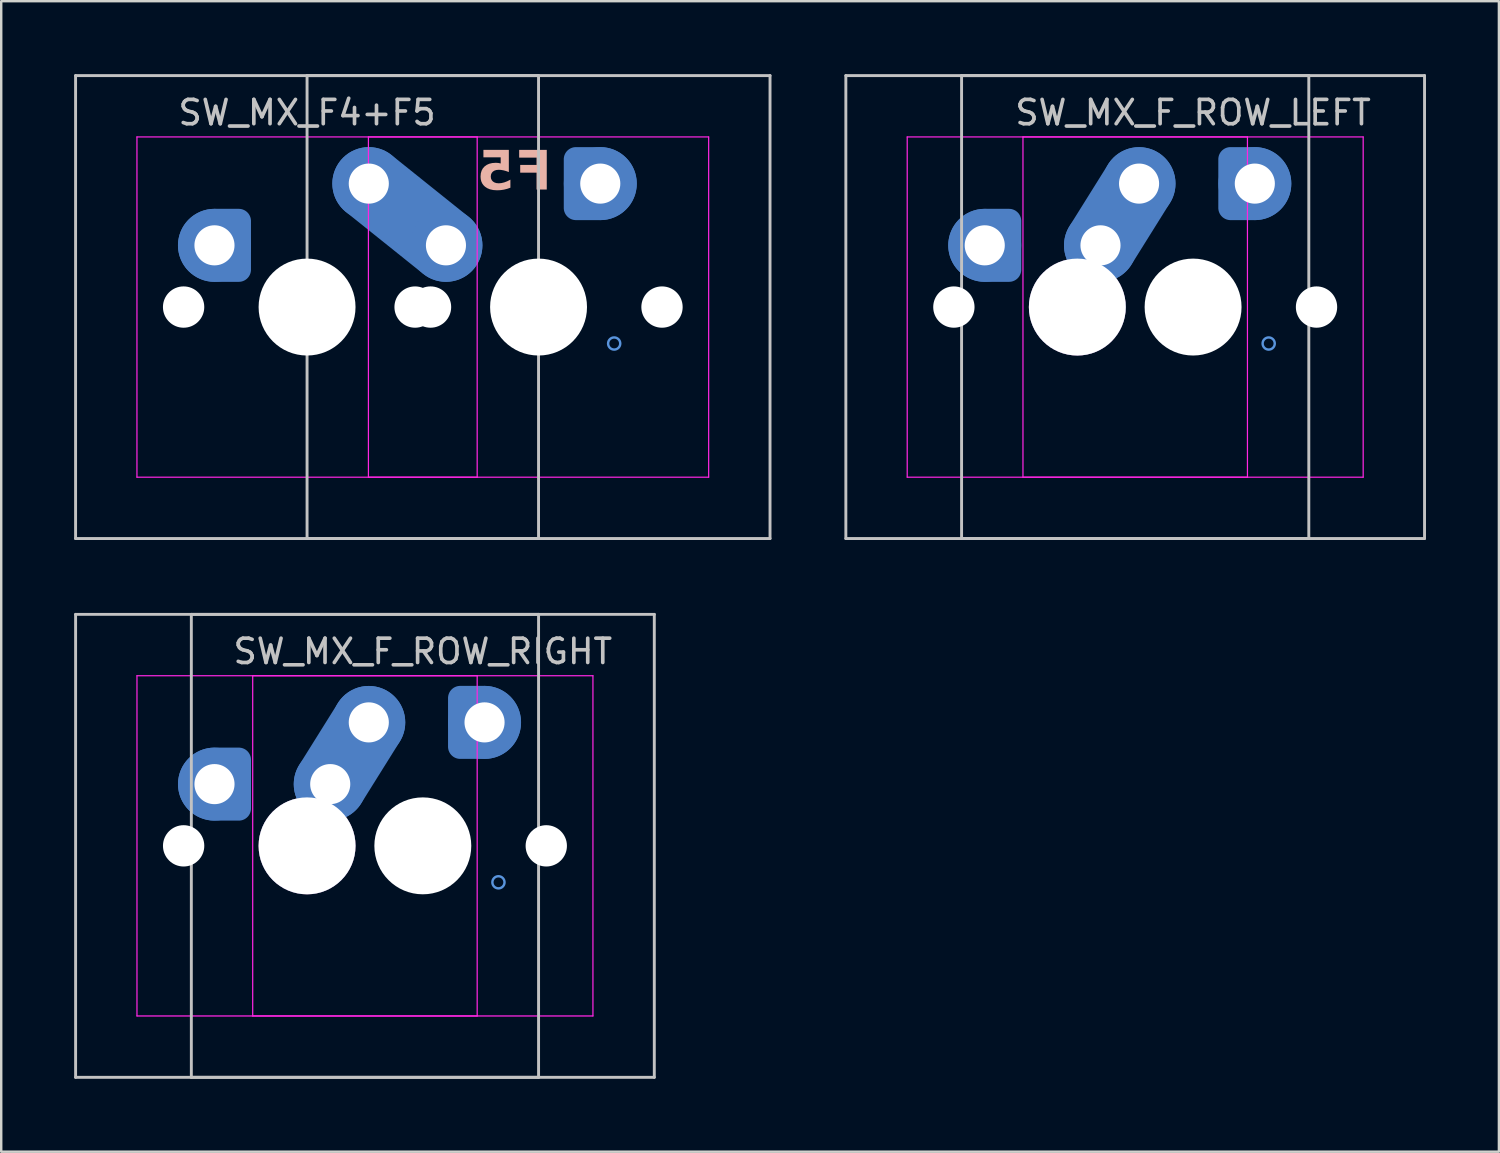
<source format=kicad_pcb>
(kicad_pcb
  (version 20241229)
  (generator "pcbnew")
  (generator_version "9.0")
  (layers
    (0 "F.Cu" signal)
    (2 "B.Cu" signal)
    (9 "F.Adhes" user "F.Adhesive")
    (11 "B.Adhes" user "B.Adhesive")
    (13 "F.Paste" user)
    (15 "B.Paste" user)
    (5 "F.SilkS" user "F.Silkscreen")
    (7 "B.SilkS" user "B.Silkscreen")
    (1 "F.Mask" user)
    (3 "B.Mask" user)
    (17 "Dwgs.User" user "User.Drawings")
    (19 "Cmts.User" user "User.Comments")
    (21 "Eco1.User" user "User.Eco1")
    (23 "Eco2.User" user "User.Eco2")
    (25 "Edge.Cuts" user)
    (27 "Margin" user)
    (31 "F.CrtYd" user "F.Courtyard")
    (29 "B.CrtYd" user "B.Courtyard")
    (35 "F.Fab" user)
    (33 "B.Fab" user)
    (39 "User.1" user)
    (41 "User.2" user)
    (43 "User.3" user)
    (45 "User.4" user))
  (footprint "SW_MX_F_ROW_LEFT"
    (layer "F.Cu")
    (at 41.28 9.585)
    (property "Reference" "SW_MX_F_ROW_LEFT" (at 4.763 -8 0) (layer "Dwgs.User") (effects (font (size 1 1) (thickness 0.15))))
    (attr through_hole exclude_from_pos_files exclude_from_bom)
    (fp_line (start -9.525 -9.525) (end -9.525 9.525) (stroke (width 0.12) (type solid)) (layer "Dwgs.User"))
    (fp_line (start -9.525 9.525) (end 9.525 9.525) (stroke (width 0.12) (type solid)) (layer "Dwgs.User"))
    (fp_line (start -4.763 -9.525) (end -4.763 9.525) (stroke (width 0.12) (type solid)) (layer "Dwgs.User"))
    (fp_line (start -4.763 9.525) (end 14.287 9.525) (stroke (width 0.12) (type solid)) (layer "Dwgs.User"))
    (fp_line (start 9.525 -9.525) (end -9.525 -9.525) (stroke (width 0.12) (type solid)) (layer "Dwgs.User"))
    (fp_line (start 9.525 9.525) (end 9.525 -9.525) (stroke (width 0.12) (type solid)) (layer "Dwgs.User"))
    (fp_line (start 14.287 -9.525) (end -4.763 -9.525) (stroke (width 0.12) (type solid)) (layer "Dwgs.User"))
    (fp_line (start 14.287 9.525) (end 14.287 -9.525) (stroke (width 0.12) (type solid)) (layer "Dwgs.User"))
    (fp_circle (center -3.81 -2.54) (end -3.81 -2.79) (stroke (width 0.1) (type default)) (fill no) (layer "Cmts.User"))
    (fp_circle (center 7.303 -5.08) (end 7.303 -4.83) (stroke (width 0.1) (type default)) (fill no) (layer "Cmts.User"))
    (fp_circle (center 7.874 1.5) (end 8.124 1.5) (stroke (width 0.1) (type default)) (fill no) (layer "Cmts.User"))
    (fp_line (start -7 6.5) (end -7 -6.5) (stroke (width 0.05) (type solid)) (layer "Eco2.User"))
    (fp_line (start -6.5 -7) (end 6.5 -7) (stroke (width 0.05) (type solid)) (layer "Eco2.User"))
    (fp_line (start -2.237 6.5) (end -2.237 -6.5) (stroke (width 0.05) (type solid)) (layer "Eco2.User"))
    (fp_line (start -1.738 -7) (end 11.262 -7) (stroke (width 0.05) (type solid)) (layer "Eco2.User"))
    (fp_line (start 6.5 7) (end -6.5 7) (stroke (width 0.05) (type solid)) (layer "Eco2.User"))
    (fp_line (start 7 -6.5) (end 7 6.5) (stroke (width 0.05) (type solid)) (layer "Eco2.User"))
    (fp_line (start 11.262 7) (end -1.738 7) (stroke (width 0.05) (type solid)) (layer "Eco2.User"))
    (fp_line (start 11.762 -6.5) (end 11.762 6.5) (stroke (width 0.05) (type solid)) (layer "Eco2.User"))
    (fp_arc (start -7 -6.5) (mid -6.853553 -6.853553) (end -6.5 -7) (stroke (width 0.05) (type solid)) (layer "Eco2.User"))
    (fp_arc (start -6.5 7) (mid -6.853553 6.853553) (end -7 6.5) (stroke (width 0.05) (type solid)) (layer "Eco2.User"))
    (fp_arc (start -2.2375 -6.5) (mid -2.091053 -6.853553) (end -1.7375 -7) (stroke (width 0.05) (type solid)) (layer "Eco2.User"))
    (fp_arc (start -1.7375 7) (mid -2.091053 6.853553) (end -2.2375 6.5) (stroke (width 0.05) (type solid)) (layer "Eco2.User"))
    (fp_arc (start 6.5 -7) (mid 6.853553 -6.853553) (end 7 -6.5) (stroke (width 0.05) (type solid)) (layer "Eco2.User"))
    (fp_arc (start 11.2625 -7) (mid 11.616053 -6.853553) (end 11.7625 -6.5) (stroke (width 0.05) (type solid)) (layer "Eco2.User"))
    (fp_arc (start 11.759736 6.498884) (mid 11.613297 6.85246) (end 11.259736 6.998884) (stroke (width 0.05) (type solid)) (layer "Eco2.User"))
    (fp_line (start -7 -7) (end -7 7) (stroke (width 0.05) (type solid)) (layer "F.CrtYd"))
    (fp_line (start -7 7) (end 7 7) (stroke (width 0.05) (type solid)) (layer "F.CrtYd"))
    (fp_line (start -2.237 -7) (end -2.237 7) (stroke (width 0.05) (type solid)) (layer "F.CrtYd"))
    (fp_line (start -2.237 7) (end 11.762 7) (stroke (width 0.05) (type solid)) (layer "F.CrtYd"))
    (fp_line (start 7 -7) (end -7 -7) (stroke (width 0.05) (type solid)) (layer "F.CrtYd"))
    (fp_line (start 7 7) (end 7 -7) (stroke (width 0.05) (type solid)) (layer "F.CrtYd"))
    (fp_line (start 11.762 -7) (end -2.237 -7) (stroke (width 0.05) (type solid)) (layer "F.CrtYd"))
    (fp_line (start 11.762 7) (end 11.762 -7) (stroke (width 0.05) (type solid)) (layer "F.CrtYd"))
    (pad "" np_thru_hole circle (at -5.08 0) (size 1.7 1.7) (drill 1.7) (layers "*.Cu" "*.Mask"))
    (pad "" np_thru_hole circle (at 4.763 0) (size 3.988 3.988) (drill 3.988) (layers "*.Cu" "*.Mask"))
    (pad "" np_thru_hole circle (at 9.842 0) (size 1.7 1.7) (drill 1.7) (layers "*.Cu" "*.Mask"))
    (pad "1" thru_hole circle (at -3.81 -2.54) (size 2 2) (drill 1.65) (layers "*.Cu") (remove_unused_layers yes) (keep_end_layers yes) (zone_layer_connections))
    (pad "1" smd custom (at -3.81 -2.54) (size 2.7 2.7) (layers "B.Cu" "B.Mask") (options (anchor circle)) (primitives (gr_poly (pts (arc (start 0 1.35) (mid -1.35 0) (end 0 -1.35)) (arc (start 0.9 -1.35) (mid 1.218198 -1.218198) (end 1.35 -0.9)) (arc (start 1.35 0.9) (mid 1.218198 1.218198) (end 0.9 1.35))) (width 0.004) (fill yes))))
    (pad "1" smd circle (at -3.81 -2.54) (size 3 3) (layers "B.Cu"))
    (pad "1" smd custom (at -3.81 -2.54) (size 3 3) (layers "B.Cu") (options (anchor circle)) (primitives (gr_poly (pts (arc (start 0 1.5) (mid -1.5 0) (end 0 -1.5)) (arc (start 1 -1.5) (mid 1.353554 -1.353554) (end 1.5 -1)) (arc (start 1.5 1) (mid 1.353554 1.353554) (end 1 1.5))) (width 0.004) (fill yes))))
    (pad "1" thru_hole circle (at 7.303 -5.08 180) (size 2 2) (drill 1.65) (layers "*.Cu") (remove_unused_layers yes) (keep_end_layers yes) (zone_layer_connections))
    (pad "1" smd custom (at 7.303 -5.08 180) (size 2.7 2.7) (layers "B.Cu" "B.Mask") (options (anchor circle)) (primitives (gr_poly (pts (arc (start 0 1.35) (mid -1.35 0) (end 0 -1.35)) (arc (start 0.9 -1.35) (mid 1.218198 -1.218198) (end 1.35 -0.9)) (arc (start 1.35 0.9) (mid 1.218198 1.218198) (end 0.9 1.35))) (width 0.004) (fill yes))))
    (pad "1" smd circle (at 7.303 -5.08 180) (size 3 3) (layers "B.Cu"))
    (pad "1" smd custom (at 7.303 -5.08 180) (size 3 3) (layers "B.Cu") (options (anchor circle)) (primitives (gr_poly (pts (arc (start 0 1.5) (mid -1.5 0) (end 0 -1.5)) (arc (start 1 -1.5) (mid 1.353554 -1.353554) (end 1.5 -1)) (arc (start 1.5 1) (mid 1.353554 1.353554) (end 1 1.5))) (width 0.004) (fill yes))))
    (pad "2" thru_hole circle (at 0 0) (size 3.988 3.988) (drill 3.988) (layers "*.Cu" "*.Mask") (remove_unused_layers yes) (keep_end_layers yes) (zone_layer_connections))
    (pad "2" thru_hole circle (at 0.953 -2.54) (size 2 2) (drill 1.65) (layers "*.Cu") (remove_unused_layers yes) (keep_end_layers yes) (zone_layer_connections))
    (pad "2" smd circle (at 0.953 -2.54 180) (size 2.7 2.7) (layers "B.Cu" "B.Mask"))
    (pad "2" smd circle (at 0.953 -2.54 180) (size 3 3) (layers "B.Cu"))
    (pad "2" smd oval (at 1.745 -3.808 328) (size 2 4.995) (layers "F.Cu"))
    (pad "2" smd oval (at 1.745 -3.808 328) (size 3 5.995) (layers "B.Cu"))
    (pad "2" thru_hole circle (at 2.54 -5.08) (size 2 2) (drill 1.65) (layers "*.Cu") (remove_unused_layers yes) (keep_end_layers yes) (zone_layer_connections))
    (pad "2" smd circle (at 2.54 -5.08) (size 2.7 2.7) (layers "B.Cu" "B.Mask"))
    (pad "2" smd circle (at 2.54 -5.08 180) (size 3 3) (layers "B.Cu")))
  (footprint "SW_MX_F_ROW_RIGHT"
    (layer "F.Cu")
    (at 14.348 31.755)
    (property "Reference" "SW_MX_F_ROW_RIGHT" (at 0 -8 0) (layer "Dwgs.User") (effects (font (size 1 1) (thickness 0.15))))
    (attr through_hole exclude_from_pos_files exclude_from_bom)
    (fp_line (start -14.287 -9.525) (end -14.287 9.525) (stroke (width 0.12) (type solid)) (layer "Dwgs.User"))
    (fp_line (start -14.287 9.525) (end 4.763 9.525) (stroke (width 0.12) (type solid)) (layer "Dwgs.User"))
    (fp_line (start -9.525 -9.525) (end -9.525 9.525) (stroke (width 0.12) (type solid)) (layer "Dwgs.User"))
    (fp_line (start -9.525 9.525) (end 9.525 9.525) (stroke (width 0.12) (type solid)) (layer "Dwgs.User"))
    (fp_line (start 4.763 -9.525) (end -14.287 -9.525) (stroke (width 0.12) (type solid)) (layer "Dwgs.User"))
    (fp_line (start 4.763 9.525) (end 4.763 -9.525) (stroke (width 0.12) (type solid)) (layer "Dwgs.User"))
    (fp_line (start 9.525 -9.525) (end -9.525 -9.525) (stroke (width 0.12) (type solid)) (layer "Dwgs.User"))
    (fp_line (start 9.525 9.525) (end 9.525 -9.525) (stroke (width 0.12) (type solid)) (layer "Dwgs.User"))
    (fp_circle (center -8.572 -2.54) (end -8.572 -2.79) (stroke (width 0.1) (type default)) (fill no) (layer "Cmts.User"))
    (fp_circle (center 2.54 -5.08) (end 2.54 -4.83) (stroke (width 0.1) (type default)) (fill no) (layer "Cmts.User"))
    (fp_circle (center 3.112 1.5) (end 3.362 1.5) (stroke (width 0.1) (type default)) (fill no) (layer "Cmts.User"))
    (fp_line (start -11.762 6.5) (end -11.762 -6.5) (stroke (width 0.05) (type solid)) (layer "Eco2.User"))
    (fp_line (start -11.262 -7) (end 1.738 -7) (stroke (width 0.05) (type solid)) (layer "Eco2.User"))
    (fp_line (start -7 6.5) (end -7 -6.5) (stroke (width 0.05) (type solid)) (layer "Eco2.User"))
    (fp_line (start -6.5 -7) (end 6.5 -7) (stroke (width 0.05) (type solid)) (layer "Eco2.User"))
    (fp_line (start 1.738 7) (end -11.262 7) (stroke (width 0.05) (type solid)) (layer "Eco2.User"))
    (fp_line (start 2.237 -6.5) (end 2.237 6.5) (stroke (width 0.05) (type solid)) (layer "Eco2.User"))
    (fp_line (start 6.5 7) (end -6.5 7) (stroke (width 0.05) (type solid)) (layer "Eco2.User"))
    (fp_line (start 7 -6.5) (end 7 6.5) (stroke (width 0.05) (type solid)) (layer "Eco2.User"))
    (fp_arc (start -11.7625 -6.5) (mid -11.616053 -6.853553) (end -11.2625 -7) (stroke (width 0.05) (type solid)) (layer "Eco2.User"))
    (fp_arc (start -11.2625 7) (mid -11.616053 6.853553) (end -11.7625 6.5) (stroke (width 0.05) (type solid)) (layer "Eco2.User"))
    (fp_arc (start -7 -6.5) (mid -6.853553 -6.853553) (end -6.5 -7) (stroke (width 0.05) (type solid)) (layer "Eco2.User"))
    (fp_arc (start -6.5 7) (mid -6.853553 6.853553) (end -7 6.5) (stroke (width 0.05) (type solid)) (layer "Eco2.User"))
    (fp_arc (start 1.7375 -7) (mid 2.091053 -6.853553) (end 2.2375 -6.5) (stroke (width 0.05) (type solid)) (layer "Eco2.User"))
    (fp_arc (start 6.5 -7) (mid 6.853553 -6.853553) (end 7 -6.5) (stroke (width 0.05) (type solid)) (layer "Eco2.User"))
    (fp_arc (start 6.997236 6.498884) (mid 6.850789 6.852437) (end 6.497236 6.998884) (stroke (width 0.05) (type solid)) (layer "Eco2.User"))
    (fp_line (start -11.762 -7) (end -11.762 7) (stroke (width 0.05) (type solid)) (layer "F.CrtYd"))
    (fp_line (start -11.762 7) (end 2.237 7) (stroke (width 0.05) (type solid)) (layer "F.CrtYd"))
    (fp_line (start -7 -7) (end -7 7) (stroke (width 0.05) (type solid)) (layer "F.CrtYd"))
    (fp_line (start -7 7) (end 7 7) (stroke (width 0.05) (type solid)) (layer "F.CrtYd"))
    (fp_line (start 2.237 -7) (end -11.762 -7) (stroke (width 0.05) (type solid)) (layer "F.CrtYd"))
    (fp_line (start 2.237 7) (end 2.237 -7) (stroke (width 0.05) (type solid)) (layer "F.CrtYd"))
    (fp_line (start 7 -7) (end -7 -7) (stroke (width 0.05) (type solid)) (layer "F.CrtYd"))
    (fp_line (start 7 7) (end 7 -7) (stroke (width 0.05) (type solid)) (layer "F.CrtYd"))
    (pad "" np_thru_hole circle (at -9.842 0) (size 1.7 1.7) (drill 1.7) (layers "*.Cu" "*.Mask"))
    (pad "" np_thru_hole circle (at 0 0) (size 3.988 3.988) (drill 3.988) (layers "*.Cu" "*.Mask"))
    (pad "" np_thru_hole circle (at 5.08 0) (size 1.7 1.7) (drill 1.7) (layers "*.Cu" "*.Mask"))
    (pad "1" thru_hole circle (at -8.572 -2.54) (size 2 2) (drill 1.65) (layers "*.Cu") (remove_unused_layers yes) (keep_end_layers yes) (zone_layer_connections))
    (pad "1" smd custom (at -8.572 -2.54) (size 2.7 2.7) (layers "B.Cu" "B.Mask") (options (anchor circle)) (primitives (gr_poly (pts (arc (start 0 1.35) (mid -1.35 0) (end 0 -1.35)) (arc (start 0.9 -1.35) (mid 1.218198 -1.218198) (end 1.35 -0.9)) (arc (start 1.35 0.9) (mid 1.218198 1.218198) (end 0.9 1.35))) (width 0.004) (fill yes))))
    (pad "1" smd circle (at -8.572 -2.54) (size 3 3) (layers "B.Cu"))
    (pad "1" smd custom (at -8.572 -2.54) (size 3 3) (layers "B.Cu") (options (anchor circle)) (primitives (gr_poly (pts (arc (start 0 1.5) (mid -1.5 0) (end 0 -1.5)) (arc (start 1 -1.5) (mid 1.353554 -1.353554) (end 1.5 -1)) (arc (start 1.5 1) (mid 1.353554 1.353554) (end 1 1.5))) (width 0.004) (fill yes))))
    (pad "1" thru_hole circle (at 2.54 -5.08 180) (size 2 2) (drill 1.65) (layers "*.Cu") (remove_unused_layers yes) (keep_end_layers yes) (zone_layer_connections))
    (pad "1" smd custom (at 2.54 -5.08 180) (size 2.7 2.7) (layers "B.Cu" "B.Mask") (options (anchor circle)) (primitives (gr_poly (pts (arc (start 0 1.35) (mid -1.35 0) (end 0 -1.35)) (arc (start 0.9 -1.35) (mid 1.218198 -1.218198) (end 1.35 -0.9)) (arc (start 1.35 0.9) (mid 1.218198 1.218198) (end 0.9 1.35))) (width 0.004) (fill yes))))
    (pad "1" smd circle (at 2.54 -5.08 180) (size 3 3) (layers "B.Cu"))
    (pad "1" smd custom (at 2.54 -5.08 180) (size 3 3) (layers "B.Cu") (options (anchor circle)) (primitives (gr_poly (pts (arc (start 0 1.5) (mid -1.5 0) (end 0 -1.5)) (arc (start 1 -1.5) (mid 1.353554 -1.353554) (end 1.5 -1)) (arc (start 1.5 1) (mid 1.353554 1.353554) (end 1 1.5))) (width 0.004) (fill yes))))
    (pad "2" thru_hole circle (at -4.763 0) (size 3.988 3.988) (drill 3.988) (layers "*.Cu" "*.Mask") (remove_unused_layers yes) (keep_end_layers yes) (zone_layer_connections))
    (pad "2" thru_hole circle (at -3.81 -2.54) (size 2 2) (drill 1.65) (layers "*.Cu") (remove_unused_layers yes) (keep_end_layers yes) (zone_layer_connections))
    (pad "2" smd circle (at -3.81 -2.54 180) (size 2.7 2.7) (layers "B.Cu" "B.Mask"))
    (pad "2" smd circle (at -3.81 -2.54) (size 3 3) (layers "B.Cu"))
    (pad "2" smd oval (at -3.017 -3.808 328) (size 2 4.995) (layers "F.Cu"))
    (pad "2" smd oval (at -3.017 -3.808 328) (size 3 5.995) (layers "B.Cu"))
    (pad "2" thru_hole circle (at -2.223 -5.08) (size 2 2) (drill 1.65) (layers "*.Cu") (remove_unused_layers yes) (keep_end_layers yes) (zone_layer_connections))
    (pad "2" smd circle (at -2.223 -5.08) (size 2.7 2.7) (layers "B.Cu" "B.Mask"))
    (pad "2" smd circle (at -2.223 -5.08) (size 3 3) (layers "B.Cu")))
  (footprint "SW_MX_F4+F5"
    (layer "F.Cu")
    (at 19.11 9.585)
    (property "Reference" "SW_MX_F4+F5" (at -9.525 -8 0) (layer "Dwgs.User") (effects (font (size 1 1) (thickness 0.15))))
    (attr through_hole exclude_from_pos_files exclude_from_bom)
    (fp_line (start -19.05 9.525) (end -19.05 -9.525) (stroke (width 0.12) (type solid)) (layer "Dwgs.User"))
    (fp_line (start -19.05 9.525) (end 0 9.525) (stroke (width 0.12) (type solid)) (layer "Dwgs.User"))
    (fp_line (start -9.525 9.525) (end -9.525 -9.525) (stroke (width 0.12) (type solid)) (layer "Dwgs.User"))
    (fp_line (start -9.525 9.525) (end 9.525 9.525) (stroke (width 0.12) (type solid)) (layer "Dwgs.User"))
    (fp_line (start 0 -9.525) (end -19.05 -9.525) (stroke (width 0.12) (type solid)) (layer "Dwgs.User"))
    (fp_line (start 0 9.525) (end 0 -9.525) (stroke (width 0.12) (type solid)) (layer "Dwgs.User"))
    (fp_line (start 9.525 -9.525) (end -9.525 -9.525) (stroke (width 0.12) (type solid)) (layer "Dwgs.User"))
    (fp_line (start 9.525 9.525) (end 9.525 -9.525) (stroke (width 0.12) (type solid)) (layer "Dwgs.User"))
    (fp_circle (center -13.335 -2.54) (end -13.335 -2.79) (stroke (width 0.1) (type default)) (fill no) (layer "Cmts.User"))
    (fp_circle (center 2.54 -5.08) (end 2.54 -4.83) (stroke (width 0.1) (type default)) (fill no) (layer "Cmts.User"))
    (fp_circle (center 3.112 1.5) (end 3.362 1.5) (stroke (width 0.1) (type default)) (fill no) (layer "Cmts.User"))
    (fp_line (start -16.525 6.5) (end -16.525 -6.5) (stroke (width 0.05) (type solid)) (layer "Eco2.User"))
    (fp_line (start -16.025 -7) (end -3.025 -7) (stroke (width 0.05) (type solid)) (layer "Eco2.User"))
    (fp_line (start -7 6.5) (end -7 -6.5) (stroke (width 0.05) (type solid)) (layer "Eco2.User"))
    (fp_line (start -6.5 -7) (end 6.5 -7) (stroke (width 0.05) (type solid)) (layer "Eco2.User"))
    (fp_line (start -3.025 7) (end -16.025 7) (stroke (width 0.05) (type solid)) (layer "Eco2.User"))
    (fp_line (start -2.525 -6.5) (end -2.525 6.5) (stroke (width 0.05) (type solid)) (layer "Eco2.User"))
    (fp_line (start 6.5 7) (end -6.5 7) (stroke (width 0.05) (type solid)) (layer "Eco2.User"))
    (fp_line (start 7 -6.5) (end 7 6.5) (stroke (width 0.05) (type solid)) (layer "Eco2.User"))
    (fp_arc (start -16.525 -6.5) (mid -16.378553 -6.853553) (end -16.025 -7) (stroke (width 0.05) (type solid)) (layer "Eco2.User"))
    (fp_arc (start -16.025 7) (mid -16.378553 6.853553) (end -16.525 6.5) (stroke (width 0.05) (type solid)) (layer "Eco2.User"))
    (fp_arc (start -7 -6.5) (mid -6.853562 -6.853562) (end -6.5 -7) (stroke (width 0.05) (type solid)) (layer "Eco2.User"))
    (fp_arc (start -6.5 7) (mid -6.853524 6.853524) (end -7 6.5) (stroke (width 0.05) (type solid)) (layer "Eco2.User"))
    (fp_arc (start -3.025 -7) (mid -2.671447 -6.853553) (end -2.525 -6.5) (stroke (width 0.05) (type solid)) (layer "Eco2.User"))
    (fp_arc (start -2.527764 6.498884) (mid -2.674203 6.85246) (end -3.027764 6.998884) (stroke (width 0.05) (type solid)) (layer "Eco2.User"))
    (fp_arc (start 6.5 -7) (mid 6.853524 -6.853524) (end 7 -6.5) (stroke (width 0.05) (type solid)) (layer "Eco2.User"))
    (fp_arc (start 6.997236 6.498884) (mid 6.850791 6.852425) (end 6.497236 6.998884) (stroke (width 0.05) (type solid)) (layer "Eco2.User"))
    (fp_line (start -16.525 -7) (end -16.525 7) (stroke (width 0.05) (type solid)) (layer "F.CrtYd"))
    (fp_line (start -16.525 7) (end -2.525 7) (stroke (width 0.05) (type solid)) (layer "F.CrtYd"))
    (fp_line (start -7 -7) (end -7 7) (stroke (width 0.05) (type solid)) (layer "F.CrtYd"))
    (fp_line (start -7 7) (end 7 7) (stroke (width 0.05) (type solid)) (layer "F.CrtYd"))
    (fp_line (start -2.525 -7) (end -16.525 -7) (stroke (width 0.05) (type solid)) (layer "F.CrtYd"))
    (fp_line (start -2.525 7) (end -2.525 -7) (stroke (width 0.05) (type solid)) (layer "F.CrtYd"))
    (fp_line (start 7 -7) (end -7 -7) (stroke (width 0.05) (type solid)) (layer "F.CrtYd"))
    (fp_line (start 7 7) (end 7 -7) (stroke (width 0.05) (type solid)) (layer "F.CrtYd"))
    (fp_text user "F5" (at -1 -5.5 0) (unlocked yes) (layer "B.SilkS") (effects (font (face "Hitmo2.0") (size 1.6 1.6) (thickness 0.24) (bold yes)) (justify mirror)))
    (pad "" np_thru_hole circle (at -14.605 0) (size 1.7 1.7) (drill 1.7) (layers "*.Cu" "*.Mask"))
    (pad "" np_thru_hole circle (at -9.525 0) (size 3.988 3.988) (drill 3.988) (layers "*.Cu" "*.Mask"))
    (pad "" np_thru_hole circle (at -5.08 0) (size 1.7 1.7) (drill 1.7) (layers "*.Cu" "*.Mask"))
    (pad "" np_thru_hole circle (at -4.445 0) (size 1.7 1.7) (drill 1.7) (layers "*.Cu" "*.Mask"))
    (pad "" np_thru_hole circle (at 0 0) (size 3.988 3.988) (drill 3.988) (layers "*.Cu" "*.Mask"))
    (pad "" np_thru_hole circle (at 5.08 0) (size 1.7 1.7) (drill 1.7) (layers "*.Cu" "*.Mask"))
    (pad "1" thru_hole circle (at -13.335 -2.54) (size 2 2) (drill 1.65) (layers "*.Cu") (remove_unused_layers yes) (keep_end_layers yes) (zone_layer_connections))
    (pad "1" smd custom (at -13.335 -2.54) (size 2.7 2.7) (layers "B.Cu" "B.Mask") (options (anchor circle)) (primitives (gr_poly (pts (arc (start 0 1.35) (mid -1.35 0) (end 0 -1.35)) (arc (start 0.9 -1.35) (mid 1.218198 -1.218198) (end 1.35 -0.9)) (arc (start 1.35 0.9) (mid 1.218198 1.218198) (end 0.9 1.35))) (width 0.004) (fill yes))))
    (pad "1" smd circle (at -13.335 -2.54) (size 3 3) (layers "B.Cu"))
    (pad "1" smd custom (at -13.335 -2.54) (size 3 3) (layers "B.Cu") (options (anchor circle)) (primitives (gr_poly (pts (arc (start 0 1.5) (mid -1.5 0) (end 0 -1.5)) (arc (start 1 -1.5) (mid 1.353554 -1.353554) (end 1.5 -1)) (arc (start 1.5 1) (mid 1.353554 1.353554) (end 1 1.5))) (width 0.004) (fill yes))))
    (pad "1" thru_hole circle (at 2.54 -5.08 180) (size 2 2) (drill 1.65) (layers "*.Cu") (remove_unused_layers yes) (keep_end_layers yes) (zone_layer_connections))
    (pad "1" smd custom (at 2.54 -5.08 180) (size 2.7 2.7) (layers "B.Cu" "B.Mask") (options (anchor circle)) (primitives (gr_poly (pts (arc (start 0 1.35) (mid -1.35 0) (end 0 -1.35)) (arc (start 0.9 -1.35) (mid 1.218198 -1.218198) (end 1.35 -0.9)) (arc (start 1.35 0.9) (mid 1.218198 1.218198) (end 0.9 1.35))) (width 0.004) (fill yes))))
    (pad "1" smd circle (at 2.54 -5.08 180) (size 3 3) (layers "B.Cu"))
    (pad "1" smd custom (at 2.54 -5.08 180) (size 3 3) (layers "B.Cu") (options (anchor circle)) (primitives (gr_poly (pts (arc (start 0 1.5) (mid -1.5 0) (end 0 -1.5)) (arc (start 1 -1.5) (mid 1.353554 -1.353554) (end 1.5 -1)) (arc (start 1.5 1) (mid 1.353554 1.353554) (end 1 1.5))) (width 0.004) (fill yes))))
    (pad "2" thru_hole circle (at -6.985 -5.08) (size 2 2) (drill 1.65) (layers "*.Cu") (remove_unused_layers yes) (keep_end_layers yes) (zone_layer_connections))
    (pad "2" smd circle (at -6.985 -5.08) (size 2.7 2.7) (layers "B.Cu" "B.Mask"))
    (pad "2" smd circle (at -6.985 -5.08 180) (size 3 3) (layers "B.Cu"))
    (pad "2" smd oval (at -5.397 -3.81 321.3) (size 6.033 2) (layers "F.Cu"))
    (pad "2" smd oval (at -5.397 -3.81 321.3) (size 7.066 3) (layers "B.Cu"))
    (pad "2" thru_hole circle (at -3.81 -2.54) (size 2 2) (drill 1.65) (layers "*.Cu") (remove_unused_layers yes) (keep_end_layers yes) (zone_layer_connections))
    (pad "2" smd circle (at -3.81 -2.54) (size 2.7 2.7) (layers "B.Cu" "B.Mask"))
    (pad "2" smd circle (at -3.81 -2.54 180) (size 3 3) (layers "B.Cu")))
  (gr_rect
    (start -3 -3)
    (end 58.627 44.34)
    (stroke (width 0.1) (type default))
    (fill no)
    (layer "Edge.Cuts")))
</source>
